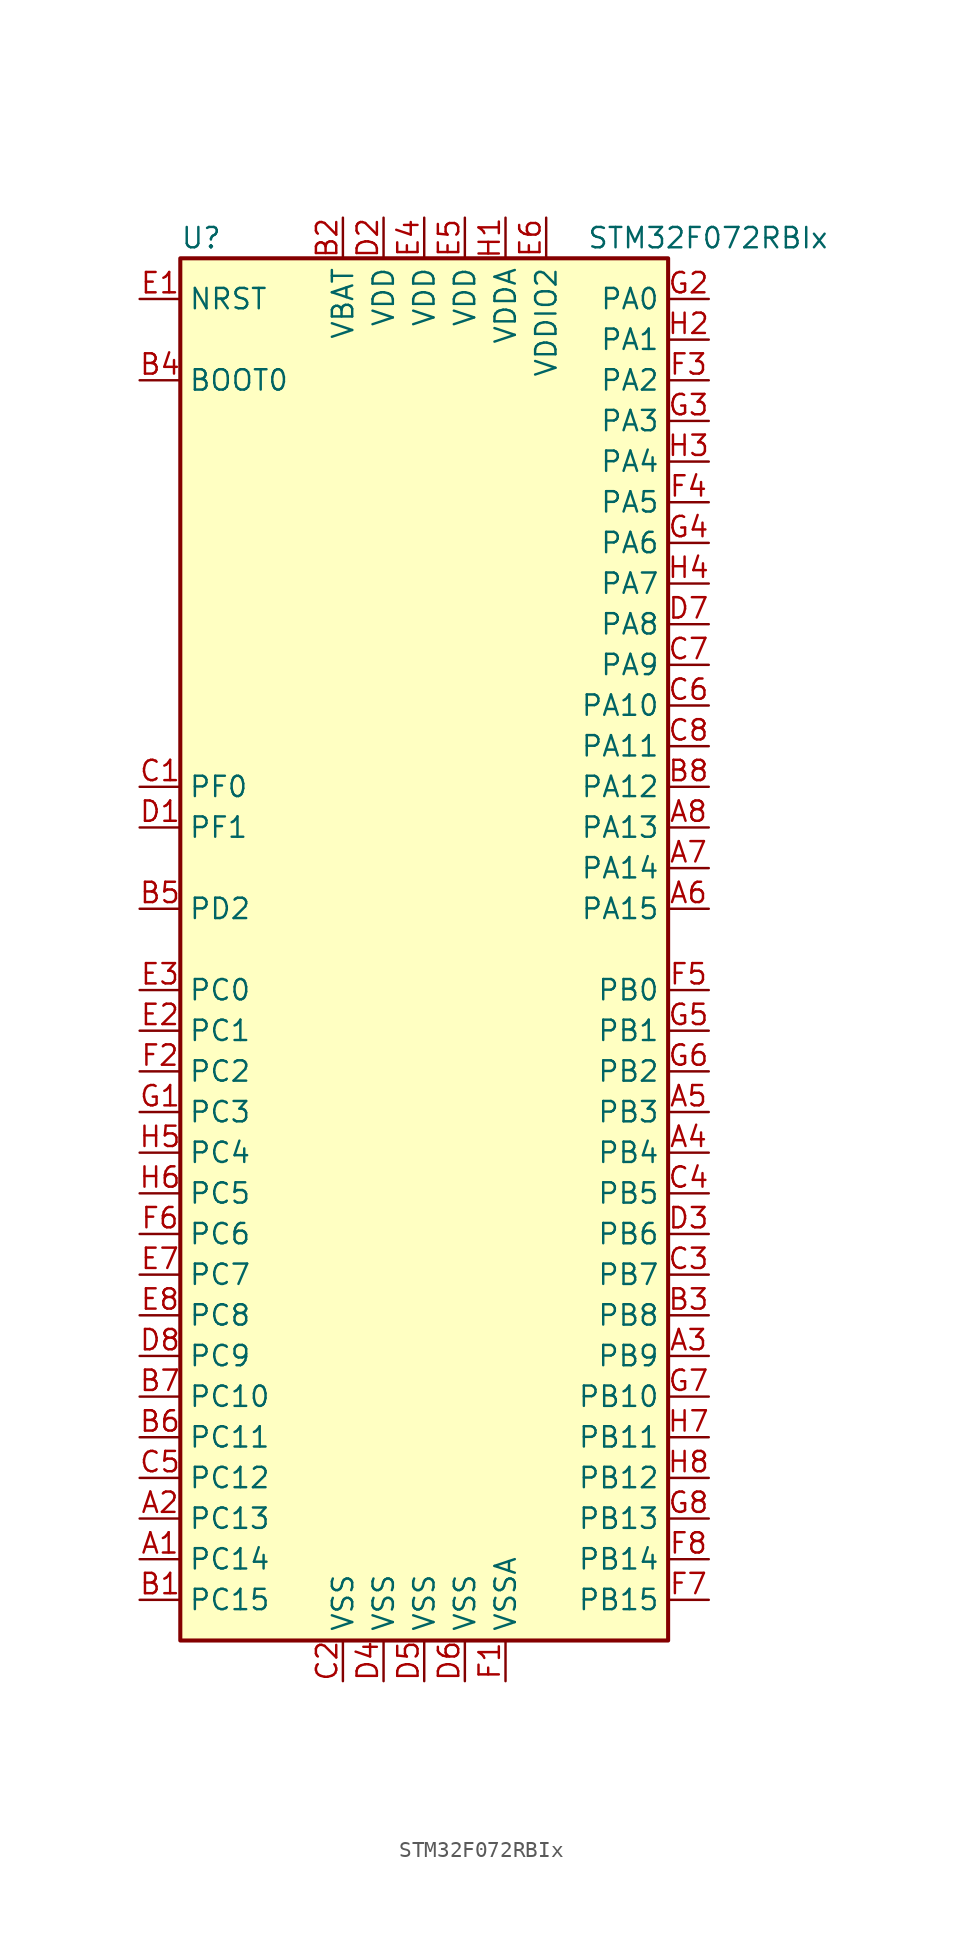
<source format=kicad_sym>
(kicad_symbol_lib
  (version 20201005)
  (generator kicad_symbol_editor)
  (symbol "STM32F072RBIx"
    (property "Reference" "U"
      (at -15.24 44.45 0)
      (effects (font (size 1.27 1.27)) (justify left)))
    (property "Value" "STM32F072RBIx"
      (at 10.16 44.45 0)
      (effects (font (size 1.27 1.27)) (justify left)))
    (symbol "STM32F072RBIx_0_1"
      (rectangle (start -15.24 -43.18) (end 15.24 43.18) (stroke (width 0.254)) (fill (type background))))
    (symbol "STM32F072RBIx_1_1"
      (pin input line (at -17.78 35.56 0) (length 2.54) (name "BOOT0" (effects (font (size 1.27 1.27)))) (number "B4" (effects (font (size 1.27 1.27)))))
      (pin input line (at -17.78 40.64 0) (length 2.54) (name "NRST" (effects (font (size 1.27 1.27)))) (number "E1" (effects (font (size 1.27 1.27)))))
      (pin bidirectional line (at 17.78 40.64 180) (length 2.54) (name "PA0" (effects (font (size 1.27 1.27)))) (number "G2" (effects (font (size 1.27 1.27)))))
      (pin bidirectional line (at 17.78 38.1 180) (length 2.54) (name "PA1" (effects (font (size 1.27 1.27)))) (number "H2" (effects (font (size 1.27 1.27)))))
      (pin bidirectional line (at 17.78 15.24 180) (length 2.54) (name "PA10" (effects (font (size 1.27 1.27)))) (number "C6" (effects (font (size 1.27 1.27)))))
      (pin bidirectional line (at 17.78 12.7 180) (length 2.54) (name "PA11" (effects (font (size 1.27 1.27)))) (number "C8" (effects (font (size 1.27 1.27)))))
      (pin bidirectional line (at 17.78 10.16 180) (length 2.54) (name "PA12" (effects (font (size 1.27 1.27)))) (number "B8" (effects (font (size 1.27 1.27)))))
      (pin bidirectional line (at 17.78 7.62 180) (length 2.54) (name "PA13" (effects (font (size 1.27 1.27)))) (number "A8" (effects (font (size 1.27 1.27)))))
      (pin bidirectional line (at 17.78 5.08 180) (length 2.54) (name "PA14" (effects (font (size 1.27 1.27)))) (number "A7" (effects (font (size 1.27 1.27)))))
      (pin bidirectional line (at 17.78 2.54 180) (length 2.54) (name "PA15" (effects (font (size 1.27 1.27)))) (number "A6" (effects (font (size 1.27 1.27)))))
      (pin bidirectional line (at 17.78 35.56 180) (length 2.54) (name "PA2" (effects (font (size 1.27 1.27)))) (number "F3" (effects (font (size 1.27 1.27)))))
      (pin bidirectional line (at 17.78 33.02 180) (length 2.54) (name "PA3" (effects (font (size 1.27 1.27)))) (number "G3" (effects (font (size 1.27 1.27)))))
      (pin bidirectional line (at 17.78 30.48 180) (length 2.54) (name "PA4" (effects (font (size 1.27 1.27)))) (number "H3" (effects (font (size 1.27 1.27)))))
      (pin bidirectional line (at 17.78 27.94 180) (length 2.54) (name "PA5" (effects (font (size 1.27 1.27)))) (number "F4" (effects (font (size 1.27 1.27)))))
      (pin bidirectional line (at 17.78 25.4 180) (length 2.54) (name "PA6" (effects (font (size 1.27 1.27)))) (number "G4" (effects (font (size 1.27 1.27)))))
      (pin bidirectional line (at 17.78 22.86 180) (length 2.54) (name "PA7" (effects (font (size 1.27 1.27)))) (number "H4" (effects (font (size 1.27 1.27)))))
      (pin bidirectional line (at 17.78 20.32 180) (length 2.54) (name "PA8" (effects (font (size 1.27 1.27)))) (number "D7" (effects (font (size 1.27 1.27)))))
      (pin bidirectional line (at 17.78 17.78 180) (length 2.54) (name "PA9" (effects (font (size 1.27 1.27)))) (number "C7" (effects (font (size 1.27 1.27)))))
      (pin bidirectional line (at 17.78 -2.54 180) (length 2.54) (name "PB0" (effects (font (size 1.27 1.27)))) (number "F5" (effects (font (size 1.27 1.27)))))
      (pin bidirectional line (at 17.78 -5.08 180) (length 2.54) (name "PB1" (effects (font (size 1.27 1.27)))) (number "G5" (effects (font (size 1.27 1.27)))))
      (pin bidirectional line (at 17.78 -27.94 180) (length 2.54) (name "PB10" (effects (font (size 1.27 1.27)))) (number "G7" (effects (font (size 1.27 1.27)))))
      (pin bidirectional line (at 17.78 -30.48 180) (length 2.54) (name "PB11" (effects (font (size 1.27 1.27)))) (number "H7" (effects (font (size 1.27 1.27)))))
      (pin bidirectional line (at 17.78 -33.02 180) (length 2.54) (name "PB12" (effects (font (size 1.27 1.27)))) (number "H8" (effects (font (size 1.27 1.27)))))
      (pin bidirectional line (at 17.78 -35.56 180) (length 2.54) (name "PB13" (effects (font (size 1.27 1.27)))) (number "G8" (effects (font (size 1.27 1.27)))))
      (pin bidirectional line (at 17.78 -38.1 180) (length 2.54) (name "PB14" (effects (font (size 1.27 1.27)))) (number "F8" (effects (font (size 1.27 1.27)))))
      (pin bidirectional line (at 17.78 -40.64 180) (length 2.54) (name "PB15" (effects (font (size 1.27 1.27)))) (number "F7" (effects (font (size 1.27 1.27)))))
      (pin bidirectional line (at 17.78 -7.62 180) (length 2.54) (name "PB2" (effects (font (size 1.27 1.27)))) (number "G6" (effects (font (size 1.27 1.27)))))
      (pin bidirectional line (at 17.78 -10.16 180) (length 2.54) (name "PB3" (effects (font (size 1.27 1.27)))) (number "A5" (effects (font (size 1.27 1.27)))))
      (pin bidirectional line (at 17.78 -12.7 180) (length 2.54) (name "PB4" (effects (font (size 1.27 1.27)))) (number "A4" (effects (font (size 1.27 1.27)))))
      (pin bidirectional line (at 17.78 -15.24 180) (length 2.54) (name "PB5" (effects (font (size 1.27 1.27)))) (number "C4" (effects (font (size 1.27 1.27)))))
      (pin bidirectional line (at 17.78 -17.78 180) (length 2.54) (name "PB6" (effects (font (size 1.27 1.27)))) (number "D3" (effects (font (size 1.27 1.27)))))
      (pin bidirectional line (at 17.78 -20.32 180) (length 2.54) (name "PB7" (effects (font (size 1.27 1.27)))) (number "C3" (effects (font (size 1.27 1.27)))))
      (pin bidirectional line (at 17.78 -22.86 180) (length 2.54) (name "PB8" (effects (font (size 1.27 1.27)))) (number "B3" (effects (font (size 1.27 1.27)))))
      (pin bidirectional line (at 17.78 -25.4 180) (length 2.54) (name "PB9" (effects (font (size 1.27 1.27)))) (number "A3" (effects (font (size 1.27 1.27)))))
      (pin bidirectional line (at -17.78 -2.54 0) (length 2.54) (name "PC0" (effects (font (size 1.27 1.27)))) (number "E3" (effects (font (size 1.27 1.27)))))
      (pin bidirectional line (at -17.78 -5.08 0) (length 2.54) (name "PC1" (effects (font (size 1.27 1.27)))) (number "E2" (effects (font (size 1.27 1.27)))))
      (pin bidirectional line (at -17.78 -27.94 0) (length 2.54) (name "PC10" (effects (font (size 1.27 1.27)))) (number "B7" (effects (font (size 1.27 1.27)))))
      (pin bidirectional line (at -17.78 -30.48 0) (length 2.54) (name "PC11" (effects (font (size 1.27 1.27)))) (number "B6" (effects (font (size 1.27 1.27)))))
      (pin bidirectional line (at -17.78 -33.02 0) (length 2.54) (name "PC12" (effects (font (size 1.27 1.27)))) (number "C5" (effects (font (size 1.27 1.27)))))
      (pin bidirectional line (at -17.78 -35.56 0) (length 2.54) (name "PC13" (effects (font (size 1.27 1.27)))) (number "A2" (effects (font (size 1.27 1.27)))))
      (pin bidirectional line (at -17.78 -38.1 0) (length 2.54) (name "PC14" (effects (font (size 1.27 1.27)))) (number "A1" (effects (font (size 1.27 1.27)))))
      (pin bidirectional line (at -17.78 -40.64 0) (length 2.54) (name "PC15" (effects (font (size 1.27 1.27)))) (number "B1" (effects (font (size 1.27 1.27)))))
      (pin bidirectional line (at -17.78 -7.62 0) (length 2.54) (name "PC2" (effects (font (size 1.27 1.27)))) (number "F2" (effects (font (size 1.27 1.27)))))
      (pin bidirectional line (at -17.78 -10.16 0) (length 2.54) (name "PC3" (effects (font (size 1.27 1.27)))) (number "G1" (effects (font (size 1.27 1.27)))))
      (pin bidirectional line (at -17.78 -12.7 0) (length 2.54) (name "PC4" (effects (font (size 1.27 1.27)))) (number "H5" (effects (font (size 1.27 1.27)))))
      (pin bidirectional line (at -17.78 -15.24 0) (length 2.54) (name "PC5" (effects (font (size 1.27 1.27)))) (number "H6" (effects (font (size 1.27 1.27)))))
      (pin bidirectional line (at -17.78 -17.78 0) (length 2.54) (name "PC6" (effects (font (size 1.27 1.27)))) (number "F6" (effects (font (size 1.27 1.27)))))
      (pin bidirectional line (at -17.78 -20.32 0) (length 2.54) (name "PC7" (effects (font (size 1.27 1.27)))) (number "E7" (effects (font (size 1.27 1.27)))))
      (pin bidirectional line (at -17.78 -22.86 0) (length 2.54) (name "PC8" (effects (font (size 1.27 1.27)))) (number "E8" (effects (font (size 1.27 1.27)))))
      (pin bidirectional line (at -17.78 -25.4 0) (length 2.54) (name "PC9" (effects (font (size 1.27 1.27)))) (number "D8" (effects (font (size 1.27 1.27)))))
      (pin bidirectional line (at -17.78 2.54 0) (length 2.54) (name "PD2" (effects (font (size 1.27 1.27)))) (number "B5" (effects (font (size 1.27 1.27)))))
      (pin input line (at -17.78 10.16 0) (length 2.54) (name "PF0" (effects (font (size 1.27 1.27)))) (number "C1" (effects (font (size 1.27 1.27)))))
      (pin input line (at -17.78 7.62 0) (length 2.54) (name "PF1" (effects (font (size 1.27 1.27)))) (number "D1" (effects (font (size 1.27 1.27)))))
      (pin power_in line (at -5.08 45.72 270) (length 2.54) (name "VBAT" (effects (font (size 1.27 1.27)))) (number "B2" (effects (font (size 1.27 1.27)))))
      (pin power_in line (at -2.54 45.72 270) (length 2.54) (name "VDD" (effects (font (size 1.27 1.27)))) (number "D2" (effects (font (size 1.27 1.27)))))
      (pin power_in line (at 0 45.72 270) (length 2.54) (name "VDD" (effects (font (size 1.27 1.27)))) (number "E4" (effects (font (size 1.27 1.27)))))
      (pin power_in line (at 2.54 45.72 270) (length 2.54) (name "VDD" (effects (font (size 1.27 1.27)))) (number "E5" (effects (font (size 1.27 1.27)))))
      (pin power_in line (at 5.08 45.72 270) (length 2.54) (name "VDDA" (effects (font (size 1.27 1.27)))) (number "H1" (effects (font (size 1.27 1.27)))))
      (pin power_in line (at 7.62 45.72 270) (length 2.54) (name "VDDIO2" (effects (font (size 1.27 1.27)))) (number "E6" (effects (font (size 1.27 1.27)))))
      (pin power_in line (at -5.08 -45.72 90) (length 2.54) (name "VSS" (effects (font (size 1.27 1.27)))) (number "C2" (effects (font (size 1.27 1.27)))))
      (pin power_in line (at -2.54 -45.72 90) (length 2.54) (name "VSS" (effects (font (size 1.27 1.27)))) (number "D4" (effects (font (size 1.27 1.27)))))
      (pin power_in line (at 0 -45.72 90) (length 2.54) (name "VSS" (effects (font (size 1.27 1.27)))) (number "D5" (effects (font (size 1.27 1.27)))))
      (pin power_in line (at 2.54 -45.72 90) (length 2.54) (name "VSS" (effects (font (size 1.27 1.27)))) (number "D6" (effects (font (size 1.27 1.27)))))
      (pin power_in line (at 5.08 -45.72 90) (length 2.54) (name "VSSA" (effects (font (size 1.27 1.27)))) (number "F1" (effects (font (size 1.27 1.27))))))))
</source>
